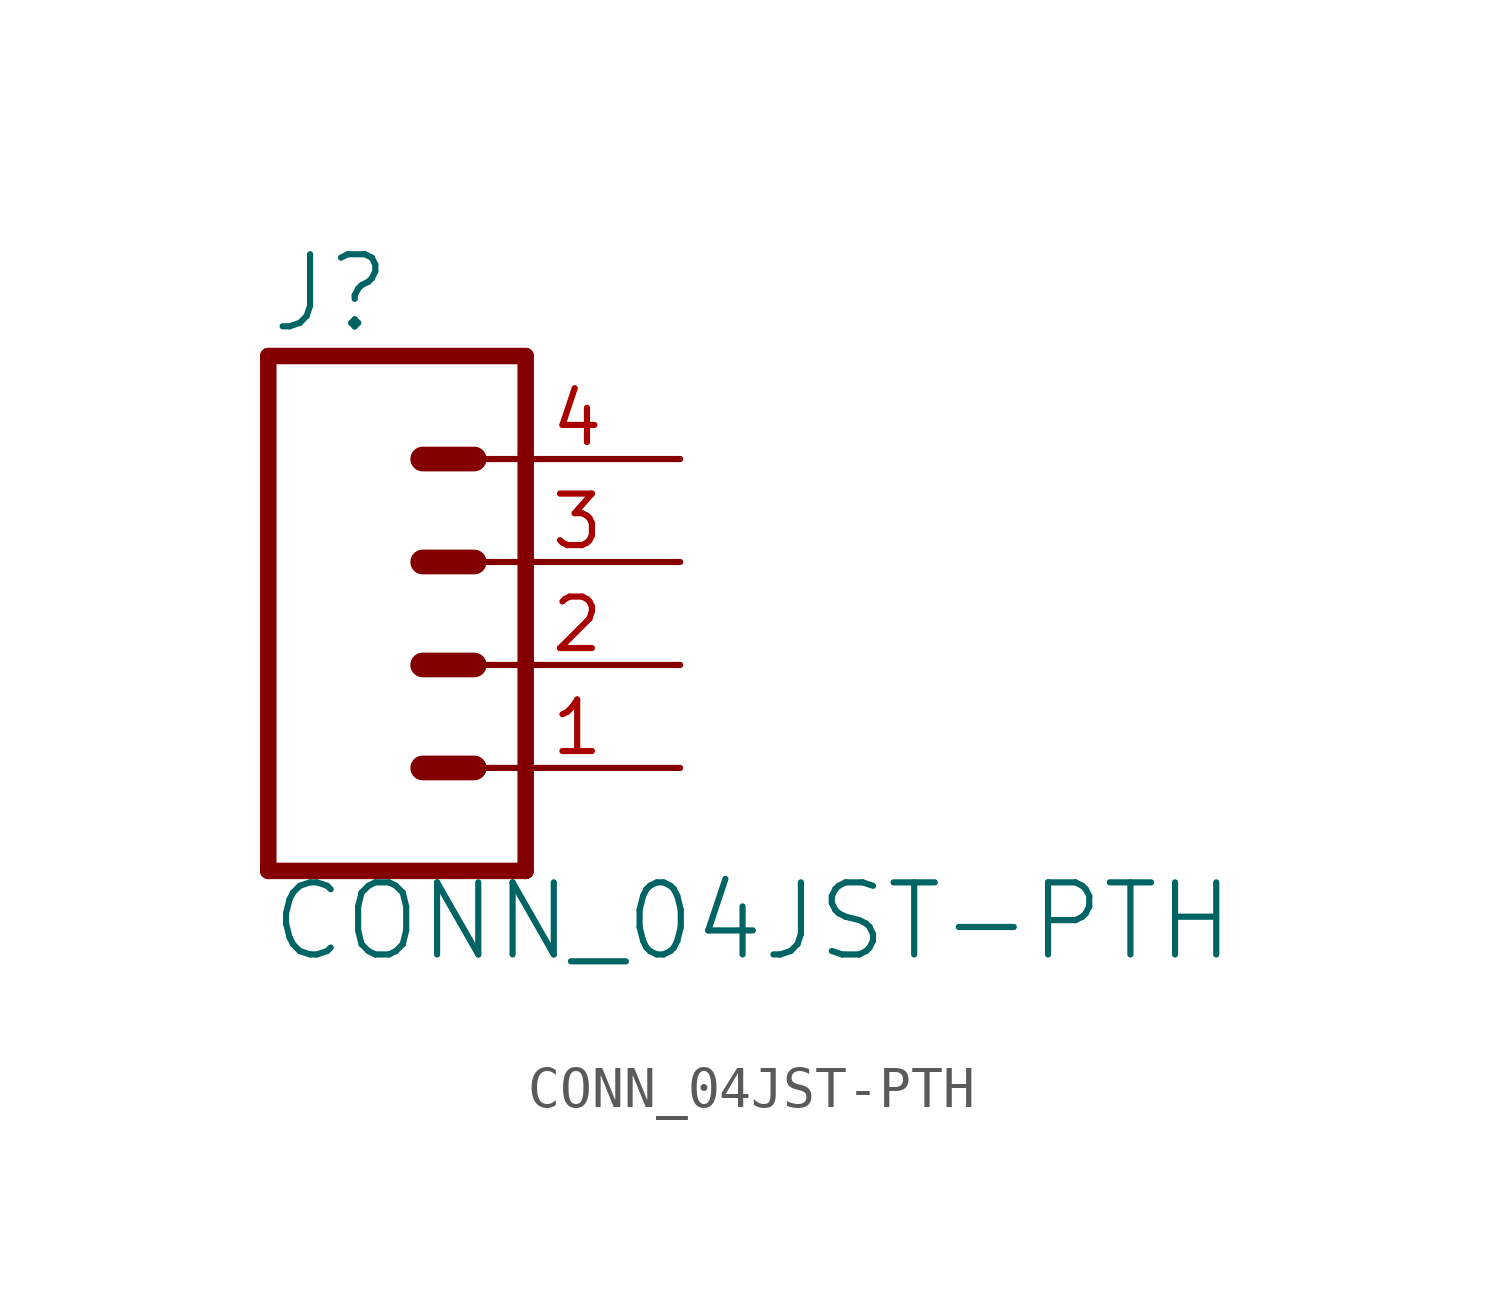
<source format=kicad_sym>
(kicad_symbol_lib
  (version 20211014)
  (generator kicad_symbol_editor)
  (symbol "CONN_04JST-PTH"
    (property "Reference" "J"
      (at -5.08 8.128 0)
      (effects (font (size 1.778 1.778)) (justify left bottom)))
    (property "Value" "CONN_04JST-PTH"
      (at -5.08 -7.366 0)
      (effects (font (size 1.778 1.778)) (justify left bottom)))
    (property "ki_locked" ""
      (at 0 0 0)
      (effects (font (size 1.27 1.27))))
    (symbol "CONN_04JST-PTH_1_0"
      (polyline (pts (xy -5.08 7.62) (xy -5.08 -5.08)) (stroke (width 0.406) (type default) (color 0 0 0 0)) (fill (type none)))
      (polyline (pts (xy -5.08 7.62) (xy 1.27 7.62)) (stroke (width 0.406) (type default) (color 0 0 0 0)) (fill (type none)))
      (polyline (pts (xy -1.27 -2.54) (xy 0 -2.54)) (stroke (width 0.61) (type default) (color 0 0 0 0)) (fill (type none)))
      (polyline (pts (xy -1.27 0) (xy 0 0)) (stroke (width 0.61) (type default) (color 0 0 0 0)) (fill (type none)))
      (polyline (pts (xy -1.27 2.54) (xy 0 2.54)) (stroke (width 0.61) (type default) (color 0 0 0 0)) (fill (type none)))
      (polyline (pts (xy -1.27 5.08) (xy 0 5.08)) (stroke (width 0.61) (type default) (color 0 0 0 0)) (fill (type none)))
      (polyline (pts (xy 1.27 -5.08) (xy -5.08 -5.08)) (stroke (width 0.406) (type default) (color 0 0 0 0)) (fill (type none)))
      (polyline (pts (xy 1.27 -5.08) (xy 1.27 7.62)) (stroke (width 0.406) (type default) (color 0 0 0 0)) (fill (type none)))
      (pin passive line (at 5.08 -2.54 180) (length 5.08) (name "1" (effects (font (size 0 0)))) (number "1" (effects (font (size 1.27 1.27)))))
      (pin passive line (at 5.08 0 180) (length 5.08) (name "2" (effects (font (size 0 0)))) (number "2" (effects (font (size 1.27 1.27)))))
      (pin passive line (at 5.08 2.54 180) (length 5.08) (name "3" (effects (font (size 0 0)))) (number "3" (effects (font (size 1.27 1.27)))))
      (pin passive line (at 5.08 5.08 180) (length 5.08) (name "4" (effects (font (size 0 0)))) (number "4" (effects (font (size 1.27 1.27))))))))
</source>
